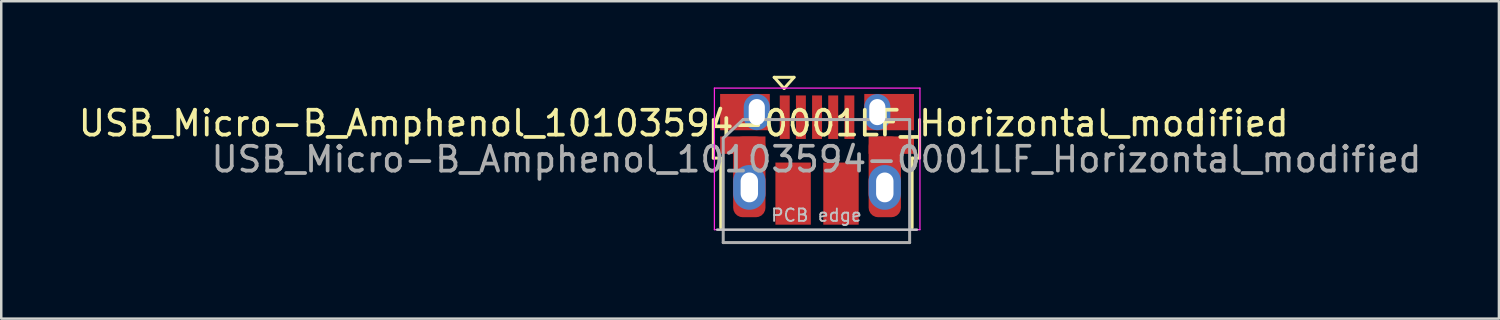
<source format=kicad_pcb>
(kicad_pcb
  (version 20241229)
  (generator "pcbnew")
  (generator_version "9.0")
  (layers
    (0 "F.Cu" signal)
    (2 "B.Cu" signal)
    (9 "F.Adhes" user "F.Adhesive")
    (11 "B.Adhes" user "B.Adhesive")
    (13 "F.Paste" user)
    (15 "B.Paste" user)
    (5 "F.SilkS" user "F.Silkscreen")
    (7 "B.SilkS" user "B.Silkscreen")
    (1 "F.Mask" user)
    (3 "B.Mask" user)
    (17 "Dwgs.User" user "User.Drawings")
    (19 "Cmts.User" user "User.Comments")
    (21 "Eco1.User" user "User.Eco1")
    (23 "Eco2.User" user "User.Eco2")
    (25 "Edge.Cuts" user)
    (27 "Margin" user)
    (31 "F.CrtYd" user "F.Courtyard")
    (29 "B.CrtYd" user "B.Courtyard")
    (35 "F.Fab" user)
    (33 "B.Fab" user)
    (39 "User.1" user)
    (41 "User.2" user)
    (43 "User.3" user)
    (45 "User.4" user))
  (footprint "USB_Micro-B_Amphenol_10103594-0001LF_Horizontal_modified"
    (layer "F.Cu")
    (at 29.823 4.49)
    (property "Reference" "USB_Micro-B_Amphenol_10103594-0001LF_Horizontal_modified" (at -5.365 -2.58 180) (layer "F.SilkS") (effects (font (size 1 1) (thickness 0.15))))
    (attr smd)
    (fp_line (start -4.175 -1.18) (end -4.175 -2.73) (stroke (width 0.12) (type solid)) (layer "F.SilkS"))
    (fp_line (start -4.175 -1.18) (end -3.875 -1.18) (stroke (width 0.12) (type solid)) (layer "F.SilkS"))
    (fp_line (start -3.875 1.62) (end -3.875 -1.18) (stroke (width 0.12) (type solid)) (layer "F.SilkS"))
    (fp_line (start -1.725 -4.43) (end -0.925 -4.43) (stroke (width 0.12) (type solid)) (layer "F.SilkS"))
    (fp_line (start -1.325 -3.98) (end -1.725 -4.43) (stroke (width 0.12) (type solid)) (layer "F.SilkS"))
    (fp_line (start -0.925 -4.43) (end -1.325 -3.98) (stroke (width 0.12) (type solid)) (layer "F.SilkS"))
    (fp_line (start 3.825 -1.18) (end 4.125 -1.18) (stroke (width 0.12) (type solid)) (layer "F.SilkS"))
    (fp_line (start 3.825 1.62) (end 3.825 -1.18) (stroke (width 0.12) (type solid)) (layer "F.SilkS"))
    (fp_line (start 4.125 -1.18) (end 4.125 -2.73) (stroke (width 0.12) (type solid)) (layer "F.SilkS"))
    (fp_line (start -4.02 1.7) (end 4.02 1.7) (stroke (width 0.1) (type solid)) (layer "Dwgs.User"))
    (fp_line (start -4.13 -3.995) (end -4.13 1.7) (stroke (width 0.05) (type solid)) (layer "F.CrtYd"))
    (fp_line (start -4.13 -3.995) (end 4.14 -3.995) (stroke (width 0.05) (type solid)) (layer "F.CrtYd"))
    (fp_line (start 4.14 1.7) (end -4.13 1.7) (stroke (width 0.05) (type solid)) (layer "F.CrtYd"))
    (fp_line (start 4.14 1.7) (end 4.14 -3.995) (stroke (width 0.05) (type solid)) (layer "F.CrtYd"))
    (fp_line (start -3.775 -1.98) (end -2.975 -2.73) (stroke (width 0.12) (type solid)) (layer "F.Fab"))
    (fp_line (start -3.775 2.22) (end -3.775 -1.98) (stroke (width 0.12) (type solid)) (layer "F.Fab"))
    (fp_line (start -2.975 -2.73) (end 3.725 -2.73) (stroke (width 0.12) (type solid)) (layer "F.Fab"))
    (fp_line (start 3.725 -2.73) (end 3.725 2.22) (stroke (width 0.12) (type solid)) (layer "F.Fab"))
    (fp_line (start 3.725 2.22) (end -3.775 2.22) (stroke (width 0.12) (type solid)) (layer "F.Fab"))
    (fp_text user "PCB edge" (at -0.025 1.12 180) (layer "Dwgs.User") (effects (font (size 0.5 0.5) (thickness 0.075))))
    (fp_text user "${REFERENCE}" (at -0.025 -1.13 180) (layer "F.Fab") (effects (font (size 1 1) (thickness 0.15))))
    (pad "1" smd rect (at -1.3 -2.825 90) (size 1.75 0.4) (layers "F.Cu" "F.Mask" "F.Paste"))
    (pad "2" smd rect (at -0.65 -2.825 90) (size 1.75 0.4) (layers "F.Cu" "F.Mask" "F.Paste"))
    (pad "3" smd rect (at 0 -2.825 90) (size 1.75 0.4) (layers "F.Cu" "F.Mask" "F.Paste"))
    (pad "4" smd rect (at 0.65 -2.825 90) (size 1.75 0.4) (layers "F.Cu" "F.Mask" "F.Paste"))
    (pad "5" smd rect (at 1.3 -2.825 90) (size 1.75 0.4) (layers "F.Cu" "F.Mask" "F.Paste"))
    (pad "6" smd rect (at -2.987 -1.7) (size 1.825 0.7) (layers "F.Cu" "F.Mask" "F.Paste"))
    (pad "6" smd rect (at -2.9 -3.03) (size 2 1.46) (layers "F.Cu" "F.Mask" "F.Paste"))
    (pad "6" smd roundrect (at -2.725 -0.425) (size 1.3 3.25) (layers "F.Cu" "F.Mask" "F.Paste") (roundrect_rratio 0.296))
    (pad "6" thru_hole oval (at -2.725 0 90) (size 1.8 1.3) (drill oval 1.2 0.7) (layers "*.Cu" "*.Mask"))
    (pad "6" thru_hole oval (at -2.425 -3.03 90) (size 1.45 1.05) (drill oval 1.05 0.65) (layers "*.Cu" "*.Mask"))
    (pad "6" smd rect (at -0.963 0.25 90) (size 2.5 1.425) (layers "F.Cu" "F.Mask" "F.Paste"))
    (pad "6" smd rect (at 0.963 0.25 90) (size 2.5 1.425) (layers "F.Cu" "F.Mask" "F.Paste"))
    (pad "6" thru_hole oval (at 2.425 -3.03 90) (size 1.45 1.05) (drill oval 1.05 0.65) (layers "*.Cu" "*.Mask"))
    (pad "6" smd roundrect (at 2.725 -0.425) (size 1.3 3.25) (layers "F.Cu" "F.Mask" "F.Paste") (roundrect_rratio 0.296))
    (pad "6" thru_hole oval (at 2.725 0 90) (size 1.8 1.3) (drill oval 1.2 0.7) (layers "*.Cu" "*.Mask"))
    (pad "6" smd rect (at 2.9 -3.03) (size 2 1.46) (layers "F.Cu" "F.Mask" "F.Paste"))
    (pad "6" smd rect (at 2.987 -1.7) (size 1.825 0.7) (layers "F.Cu" "F.Mask" "F.Paste")))
  (gr_rect
    (start -3 -3)
    (end 57.257 9.77)
    (stroke (width 0.1) (type default))
    (fill no)
    (layer "Edge.Cuts")))
</source>
